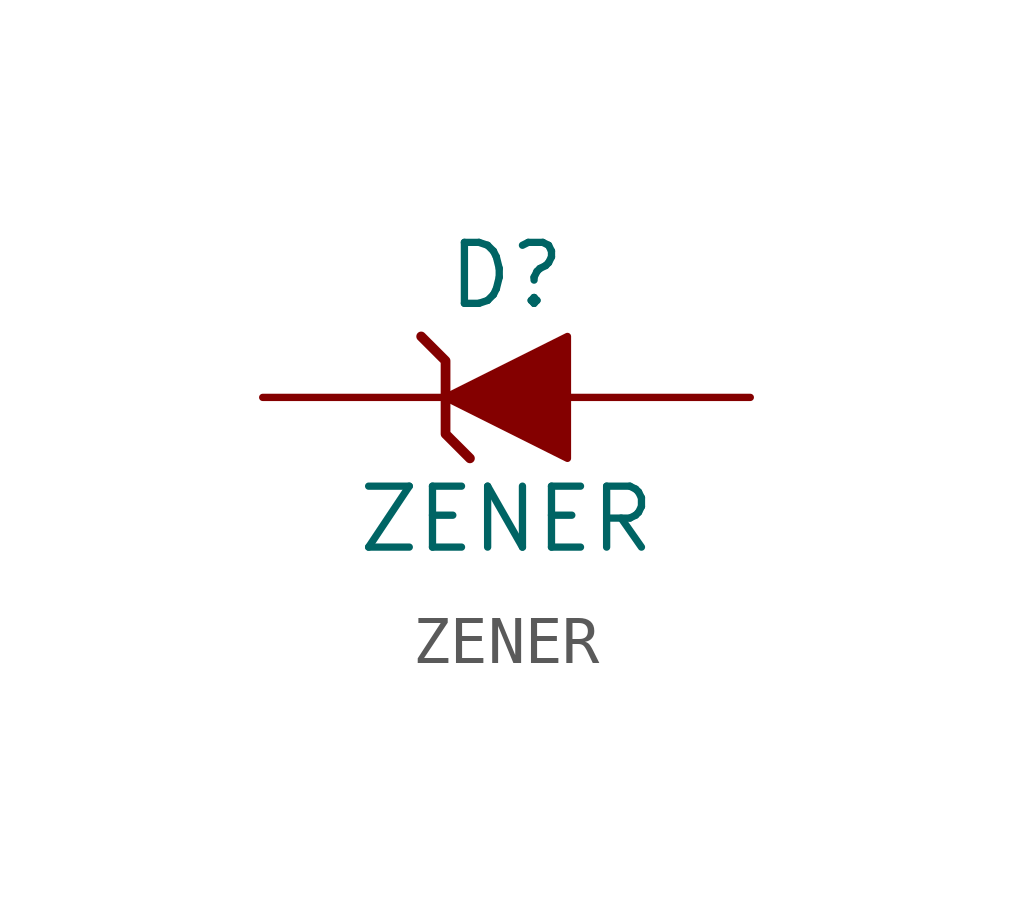
<source format=kicad_sym>
(kicad_symbol_lib
  (version 20220914)
  (generator kicad_symbol_editor)
  (symbol "ZENER"
    (pin_numbers hide)
    (pin_names
      (offset 1.016) hide)
    (property "Reference" "D"
      (at 0 2.54 0)
      (effects (font (size 1.27 1.27))))
    (property "Value" "ZENER"
      (at 0 -2.54 0)
      (effects (font (size 1.27 1.27))))
    (property "Footprint" ""
      (at 0 0 0)
      (effects (font (size 1.27 1.27))))
    (property "Datasheet" ""
      (at 0 0 0)
      (effects (font (size 1.27 1.27))))
    (symbol "ZENER_0_1"
      (polyline (pts (xy -1.778 1.27) (xy -1.27 0.762) (xy -1.27 -0.762) (xy -0.762 -1.27) (xy -0.762 -1.27)) (stroke (width 0.203) (type solid)) (fill (type none)))
      (polyline (pts (xy -1.27 0) (xy 1.27 1.27) (xy 1.27 -1.27) (xy -1.27 0) (xy -1.27 0)) (stroke (width 0) (type solid)) (fill (type outline))))
    (symbol "ZENER_1_1"
      (pin passive line (at -5.08 0 0) (length 3.81) (name "K" (effects (font (size 1.27 1.27)))) (number "1" (effects (font (size 1.27 1.27)))))
      (pin passive line (at 5.08 0 180) (length 3.81) (name "A" (effects (font (size 1.27 1.27)))) (number "2" (effects (font (size 1.27 1.27))))))))
</source>
